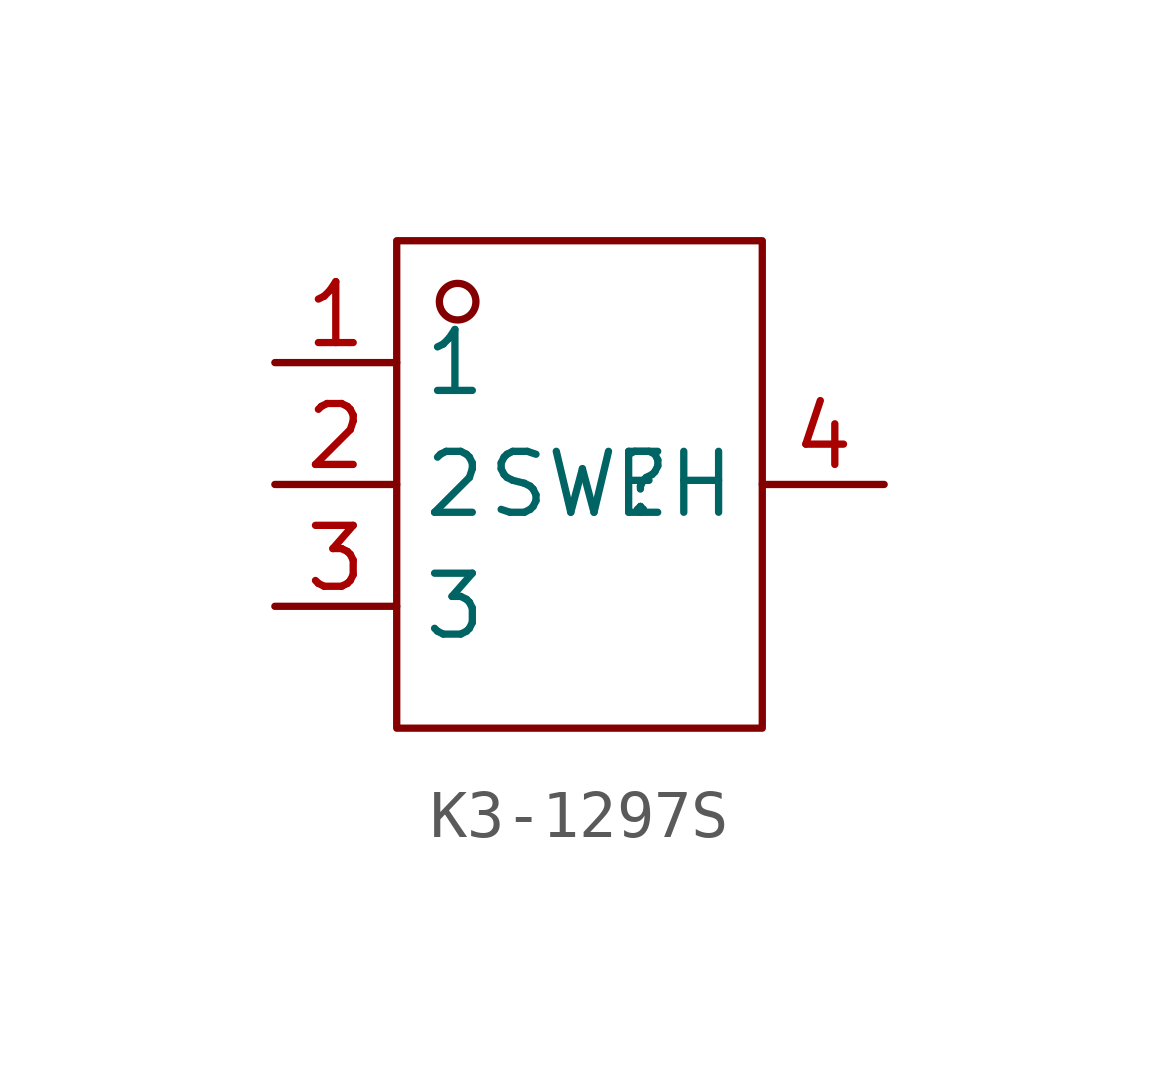
<source format=kicad_sym>
(kicad_symbol_lib
  (version 20231120)
  (generator "kicad_symbol_editor")
  (generator_version "8.0")
  (symbol "K3-1297S"
    (property "Reference" "SW"
      (at 0 0 0)
      (effects (font (size 1.27 1.27))))
    (property "Value" ""
      (at 0 0 0)
      (effects (font (size 1.27 1.27))))
    (symbol "K3-1297S_1_0"
      (rectangle (start -3.81 -5.08) (end 3.81 5.08) (stroke (width 0) (type default)) (fill (type none)))
      (circle (center -2.54 3.81) (radius 0.381) (stroke (width 0) (type default)) (fill (type none)))
      (pin input line (at -6.35 2.54 0) (length 2.54) (name "1" (effects (font (size 1.27 1.27)))) (number "1" (effects (font (size 1.27 1.27)))))
      (pin input line (at -6.35 0 0) (length 2.54) (name "2" (effects (font (size 1.27 1.27)))) (number "2" (effects (font (size 1.27 1.27)))))
      (pin input line (at -6.35 -2.54 0) (length 2.54) (name "3" (effects (font (size 1.27 1.27)))) (number "3" (effects (font (size 1.27 1.27)))))
      (pin input line (at 6.35 0 180) (length 2.54) (name "EH" (effects (font (size 1.27 1.27)))) (number "4" (effects (font (size 1.27 1.27))))))))
</source>
